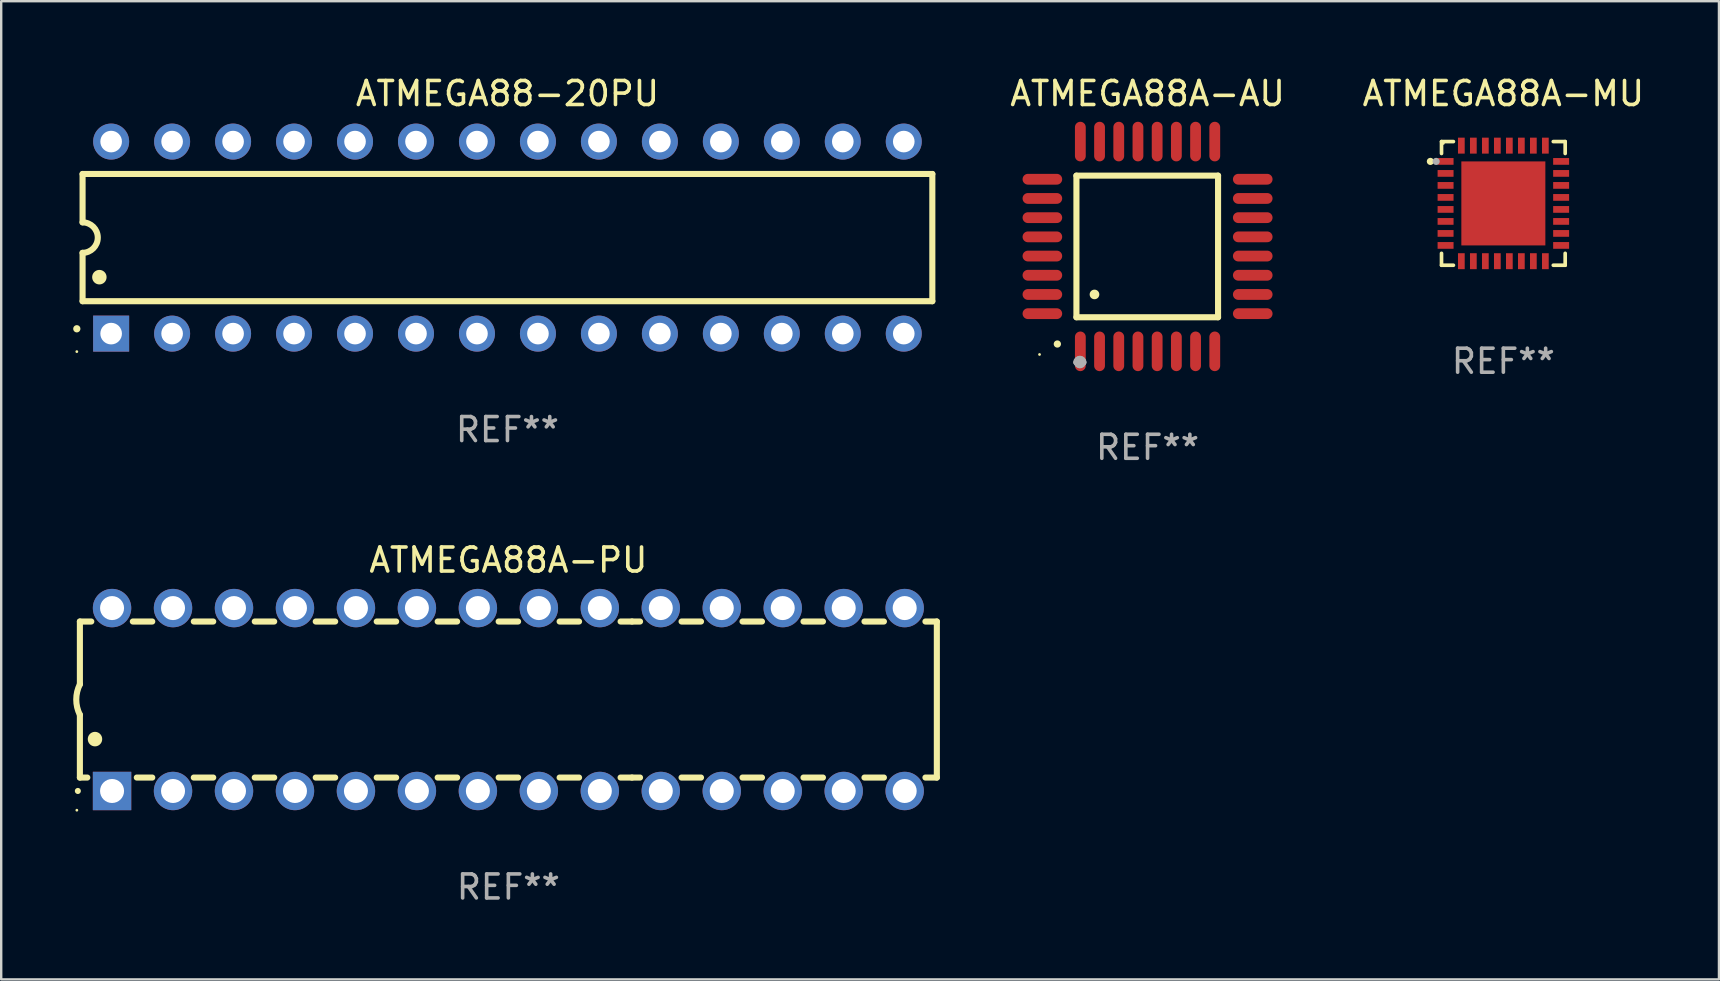
<source format=kicad_pcb>
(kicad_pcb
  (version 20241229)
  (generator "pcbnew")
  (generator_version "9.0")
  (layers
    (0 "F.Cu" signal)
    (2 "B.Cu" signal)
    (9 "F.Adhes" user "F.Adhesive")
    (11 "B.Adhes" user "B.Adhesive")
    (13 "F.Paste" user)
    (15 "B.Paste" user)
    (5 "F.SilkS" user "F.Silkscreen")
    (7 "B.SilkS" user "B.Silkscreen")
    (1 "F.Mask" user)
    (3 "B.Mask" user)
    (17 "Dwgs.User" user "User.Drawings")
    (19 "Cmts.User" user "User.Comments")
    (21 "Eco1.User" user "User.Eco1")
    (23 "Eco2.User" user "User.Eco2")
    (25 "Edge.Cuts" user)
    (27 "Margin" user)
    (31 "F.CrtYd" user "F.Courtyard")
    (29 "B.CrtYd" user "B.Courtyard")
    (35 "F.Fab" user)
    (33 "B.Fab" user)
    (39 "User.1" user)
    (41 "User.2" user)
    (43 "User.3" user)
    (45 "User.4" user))
  (footprint "ATMEGA88A-MU"
    (layer "F.Cu")
    (at 59.578 5.424)
    (property "Reference" "ATMEGA88A-MU" (at 0 -4.576 0) (layer "F.SilkS") (effects (font (size 1 1) (thickness 0.15))))
    (attr through_hole)
    (fp_line (start -2.576 -2.576) (end -2.576 -2.08) (stroke (width 0.152) (type solid)) (layer "F.SilkS"))
    (fp_line (start -2.576 2.576) (end -2.576 2.08) (stroke (width 0.152) (type solid)) (layer "F.SilkS"))
    (fp_line (start -2.08 -2.576) (end -2.576 -2.576) (stroke (width 0.152) (type solid)) (layer "F.SilkS"))
    (fp_line (start -2.08 2.576) (end -2.576 2.576) (stroke (width 0.152) (type solid)) (layer "F.SilkS"))
    (fp_line (start 2.08 -2.576) (end 2.576 -2.576) (stroke (width 0.152) (type solid)) (layer "F.SilkS"))
    (fp_line (start 2.08 2.576) (end 2.576 2.576) (stroke (width 0.152) (type solid)) (layer "F.SilkS"))
    (fp_line (start 2.576 -2.576) (end 2.576 -2.08) (stroke (width 0.152) (type solid)) (layer "F.SilkS"))
    (fp_line (start 2.576 2.576) (end 2.576 2.08) (stroke (width 0.152) (type solid)) (layer "F.SilkS"))
    (fp_circle (center -3.04 -1.75) (end -2.965 -1.75) (stroke (width 0.15) (type solid)) (fill no) (layer "F.SilkS"))
    (fp_circle (center -2.5 -2.5) (end -2.47 -2.5) (stroke (width 0.06) (type solid)) (fill no) (layer "F.SilkS"))
    (fp_circle (center -2.8 -1.75) (end -2.725 -1.75) (stroke (width 0.15) (type solid)) (fill no) (layer "F.Fab"))
    (fp_text user "REF**" (at 0 6.576 0) (layer "F.Fab") (effects (font (size 1 1) (thickness 0.15))))
    (pad "1" smd rect (at -2.407 -1.75) (size 0.665 0.28) (layers "F.Cu" "F.Mask" "F.Paste"))
    (pad "2" smd rect (at -2.407 -1.25) (size 0.665 0.28) (layers "F.Cu" "F.Mask" "F.Paste"))
    (pad "3" smd rect (at -2.407 -0.75) (size 0.665 0.28) (layers "F.Cu" "F.Mask" "F.Paste"))
    (pad "4" smd rect (at -2.407 -0.25) (size 0.665 0.28) (layers "F.Cu" "F.Mask" "F.Paste"))
    (pad "5" smd rect (at -2.407 0.25) (size 0.665 0.28) (layers "F.Cu" "F.Mask" "F.Paste"))
    (pad "6" smd rect (at -2.407 0.75) (size 0.665 0.28) (layers "F.Cu" "F.Mask" "F.Paste"))
    (pad "7" smd rect (at -2.407 1.25) (size 0.665 0.28) (layers "F.Cu" "F.Mask" "F.Paste"))
    (pad "8" smd rect (at -2.407 1.75) (size 0.665 0.28) (layers "F.Cu" "F.Mask" "F.Paste"))
    (pad "9" smd rect (at -1.75 2.407) (size 0.28 0.665) (layers "F.Cu" "F.Mask" "F.Paste"))
    (pad "10" smd rect (at -1.25 2.407) (size 0.28 0.665) (layers "F.Cu" "F.Mask" "F.Paste"))
    (pad "11" smd rect (at -0.75 2.407) (size 0.28 0.665) (layers "F.Cu" "F.Mask" "F.Paste"))
    (pad "12" smd rect (at -0.25 2.407) (size 0.28 0.665) (layers "F.Cu" "F.Mask" "F.Paste"))
    (pad "13" smd rect (at 0.25 2.407) (size 0.28 0.665) (layers "F.Cu" "F.Mask" "F.Paste"))
    (pad "14" smd rect (at 0.75 2.407) (size 0.28 0.665) (layers "F.Cu" "F.Mask" "F.Paste"))
    (pad "15" smd rect (at 1.25 2.407) (size 0.28 0.665) (layers "F.Cu" "F.Mask" "F.Paste"))
    (pad "16" smd rect (at 1.75 2.407) (size 0.28 0.665) (layers "F.Cu" "F.Mask" "F.Paste"))
    (pad "17" smd rect (at 2.407 1.75) (size 0.665 0.28) (layers "F.Cu" "F.Mask" "F.Paste"))
    (pad "18" smd rect (at 2.407 1.25) (size 0.665 0.28) (layers "F.Cu" "F.Mask" "F.Paste"))
    (pad "19" smd rect (at 2.407 0.75) (size 0.665 0.28) (layers "F.Cu" "F.Mask" "F.Paste"))
    (pad "20" smd rect (at 2.407 0.25) (size 0.665 0.28) (layers "F.Cu" "F.Mask" "F.Paste"))
    (pad "21" smd rect (at 2.407 -0.25) (size 0.665 0.28) (layers "F.Cu" "F.Mask" "F.Paste"))
    (pad "22" smd rect (at 2.407 -0.75) (size 0.665 0.28) (layers "F.Cu" "F.Mask" "F.Paste"))
    (pad "23" smd rect (at 2.407 -1.25) (size 0.665 0.28) (layers "F.Cu" "F.Mask" "F.Paste"))
    (pad "24" smd rect (at 2.407 -1.75) (size 0.665 0.28) (layers "F.Cu" "F.Mask" "F.Paste"))
    (pad "25" smd rect (at 1.75 -2.407) (size 0.28 0.665) (layers "F.Cu" "F.Mask" "F.Paste"))
    (pad "26" smd rect (at 1.25 -2.407) (size 0.28 0.665) (layers "F.Cu" "F.Mask" "F.Paste"))
    (pad "27" smd rect (at 0.75 -2.407) (size 0.28 0.665) (layers "F.Cu" "F.Mask" "F.Paste"))
    (pad "28" smd rect (at 0.25 -2.407) (size 0.28 0.665) (layers "F.Cu" "F.Mask" "F.Paste"))
    (pad "29" smd rect (at -0.25 -2.407) (size 0.28 0.665) (layers "F.Cu" "F.Mask" "F.Paste"))
    (pad "30" smd rect (at -0.75 -2.407) (size 0.28 0.665) (layers "F.Cu" "F.Mask" "F.Paste"))
    (pad "31" smd rect (at -1.25 -2.407) (size 0.28 0.665) (layers "F.Cu" "F.Mask" "F.Paste"))
    (pad "32" smd rect (at -1.75 -2.407) (size 0.28 0.665) (layers "F.Cu" "F.Mask" "F.Paste"))
    (pad "33" smd rect (at 0 0) (size 3.5 3.5) (layers "F.Cu" "F.Mask" "F.Paste")))
  (footprint "ATMEGA88-20PU"
    (layer "F.Cu")
    (at 18.09 6.848)
    (property "Reference" "ATMEGA88-20PU" (at 0 -6 0) (layer "F.SilkS") (effects (font (size 1 1) (thickness 0.15))))
    (attr through_hole)
    (fp_line (start -17.7 -2.65) (end 17.7 -2.65) (stroke (width 0.254) (type solid)) (layer "F.SilkS"))
    (fp_line (start -17.7 -0.635) (end -17.7 -2.65) (stroke (width 0.254) (type solid)) (layer "F.SilkS"))
    (fp_line (start -17.7 2.65) (end -17.7 0.635) (stroke (width 0.254) (type solid)) (layer "F.SilkS"))
    (fp_line (start 17.7 -2.65) (end 17.7 2.65) (stroke (width 0.254) (type solid)) (layer "F.SilkS"))
    (fp_line (start 17.7 2.65) (end -17.7 2.65) (stroke (width 0.254) (type solid)) (layer "F.SilkS"))
    (fp_arc (start -17.940056 3.799848) (mid -17.940061 3.798578) (end -17.940056 3.797308) (stroke (width 0.3) (type solid)) (layer "F.SilkS"))
    (fp_arc (start -17.701295 -0.635001) (mid -17.066294 0) (end -17.701295 0.635001) (stroke (width 0.254001) (type solid)) (layer "F.SilkS"))
    (fp_arc (start -17.000254 1.651003) (mid -17.000265 1.648463) (end -17.000254 1.645923) (stroke (width 0.6) (type solid)) (layer "F.SilkS"))
    (fp_circle (center -17.94 4.75) (end -17.91 4.75) (stroke (width 0.06) (type solid)) (fill no) (layer "F.SilkS"))
    (fp_text user "REF**" (at 0 8 0) (layer "F.Fab") (effects (font (size 1 1) (thickness 0.15))))
    (pad "1" thru_hole rect (at -16.51 4 90) (size 1.5 1.5) (drill 0.9) (layers "*.Cu" "*.Mask"))
    (pad "2" thru_hole circle (at -13.97 4) (size 1.5 1.5) (drill 0.9) (layers "*.Cu" "*.Mask"))
    (pad "3" thru_hole circle (at -11.43 4) (size 1.5 1.5) (drill 0.9) (layers "*.Cu" "*.Mask"))
    (pad "4" thru_hole circle (at -8.89 4) (size 1.5 1.5) (drill 0.9) (layers "*.Cu" "*.Mask"))
    (pad "5" thru_hole circle (at -6.35 4) (size 1.5 1.5) (drill 0.9) (layers "*.Cu" "*.Mask"))
    (pad "6" thru_hole circle (at -3.81 4) (size 1.5 1.5) (drill 0.9) (layers "*.Cu" "*.Mask"))
    (pad "7" thru_hole circle (at -1.27 4) (size 1.5 1.5) (drill 0.9) (layers "*.Cu" "*.Mask"))
    (pad "8" thru_hole circle (at 1.27 4) (size 1.5 1.5) (drill 0.9) (layers "*.Cu" "*.Mask"))
    (pad "9" thru_hole circle (at 3.81 4) (size 1.5 1.5) (drill 0.9) (layers "*.Cu" "*.Mask"))
    (pad "10" thru_hole circle (at 6.35 4) (size 1.5 1.5) (drill 0.9) (layers "*.Cu" "*.Mask"))
    (pad "11" thru_hole circle (at 8.89 4) (size 1.5 1.5) (drill 0.9) (layers "*.Cu" "*.Mask"))
    (pad "12" thru_hole circle (at 11.43 4) (size 1.5 1.5) (drill 0.9) (layers "*.Cu" "*.Mask"))
    (pad "13" thru_hole circle (at 13.97 4) (size 1.5 1.5) (drill 0.9) (layers "*.Cu" "*.Mask"))
    (pad "14" thru_hole circle (at 16.51 4) (size 1.5 1.5) (drill 0.9) (layers "*.Cu" "*.Mask"))
    (pad "15" thru_hole circle (at 16.51 -4) (size 1.5 1.5) (drill 0.9) (layers "*.Cu" "*.Mask"))
    (pad "16" thru_hole circle (at 13.97 -4) (size 1.5 1.5) (drill 0.9) (layers "*.Cu" "*.Mask"))
    (pad "17" thru_hole circle (at 11.43 -4) (size 1.5 1.5) (drill 0.9) (layers "*.Cu" "*.Mask"))
    (pad "18" thru_hole circle (at 8.89 -4) (size 1.5 1.5) (drill 0.9) (layers "*.Cu" "*.Mask"))
    (pad "19" thru_hole circle (at 6.35 -4) (size 1.5 1.5) (drill 0.9) (layers "*.Cu" "*.Mask"))
    (pad "20" thru_hole circle (at 3.81 -4) (size 1.5 1.5) (drill 0.9) (layers "*.Cu" "*.Mask"))
    (pad "21" thru_hole circle (at 1.27 -4) (size 1.5 1.5) (drill 0.9) (layers "*.Cu" "*.Mask"))
    (pad "22" thru_hole circle (at -1.27 -4) (size 1.5 1.5) (drill 0.9) (layers "*.Cu" "*.Mask"))
    (pad "23" thru_hole circle (at -3.81 -4) (size 1.5 1.5) (drill 0.9) (layers "*.Cu" "*.Mask"))
    (pad "24" thru_hole circle (at -6.35 -4) (size 1.5 1.5) (drill 0.9) (layers "*.Cu" "*.Mask"))
    (pad "25" thru_hole circle (at -8.89 -4) (size 1.5 1.5) (drill 0.9) (layers "*.Cu" "*.Mask"))
    (pad "26" thru_hole circle (at -11.43 -4) (size 1.5 1.5) (drill 0.9) (layers "*.Cu" "*.Mask"))
    (pad "27" thru_hole circle (at -13.97 -4) (size 1.5 1.5) (drill 0.9) (layers "*.Cu" "*.Mask"))
    (pad "28" thru_hole circle (at -16.51 -4) (size 1.5 1.5) (drill 0.9) (layers "*.Cu" "*.Mask")))
  (footprint "ATMEGA88A-PU"
    (layer "F.Cu")
    (at 18.128 26.092)
    (property "Reference" "ATMEGA88A-PU" (at 0 -5.81 0) (layer "F.SilkS") (effects (font (size 1 1) (thickness 0.15))))
    (attr through_hole)
    (fp_line (start -17.85 -3.25) (end -17.85 -0.635) (stroke (width 0.254) (type solid)) (layer "F.SilkS"))
    (fp_line (start -17.85 3.25) (end -17.85 0.635) (stroke (width 0.254) (type solid)) (layer "F.SilkS"))
    (fp_line (start -17.85 3.25) (end -17.541 3.25) (stroke (width 0.254) (type solid)) (layer "F.SilkS"))
    (fp_line (start -17.375 -3.25) (end -17.85 -3.25) (stroke (width 0.254) (type solid)) (layer "F.SilkS"))
    (fp_line (start -15.479 3.25) (end -14.835 3.25) (stroke (width 0.254) (type solid)) (layer "F.SilkS"))
    (fp_line (start -14.835 -3.25) (end -15.645 -3.25) (stroke (width 0.254) (type solid)) (layer "F.SilkS"))
    (fp_line (start -13.105 3.25) (end -12.295 3.25) (stroke (width 0.254) (type solid)) (layer "F.SilkS"))
    (fp_line (start -12.295 -3.25) (end -13.105 -3.25) (stroke (width 0.254) (type solid)) (layer "F.SilkS"))
    (fp_line (start -10.565 3.25) (end -9.755 3.25) (stroke (width 0.254) (type solid)) (layer "F.SilkS"))
    (fp_line (start -9.755 -3.25) (end -10.565 -3.25) (stroke (width 0.254) (type solid)) (layer "F.SilkS"))
    (fp_line (start -8.025 3.25) (end -7.215 3.25) (stroke (width 0.254) (type solid)) (layer "F.SilkS"))
    (fp_line (start -7.215 -3.25) (end -8.025 -3.25) (stroke (width 0.254) (type solid)) (layer "F.SilkS"))
    (fp_line (start -5.485 3.25) (end -4.675 3.25) (stroke (width 0.254) (type solid)) (layer "F.SilkS"))
    (fp_line (start -4.675 -3.25) (end -5.485 -3.25) (stroke (width 0.254) (type solid)) (layer "F.SilkS"))
    (fp_line (start -2.945 3.25) (end -2.135 3.25) (stroke (width 0.254) (type solid)) (layer "F.SilkS"))
    (fp_line (start -2.135 -3.25) (end -2.945 -3.25) (stroke (width 0.254) (type solid)) (layer "F.SilkS"))
    (fp_line (start -0.405 3.25) (end 0.405 3.25) (stroke (width 0.254) (type solid)) (layer "F.SilkS"))
    (fp_line (start 0.405 -3.25) (end -0.405 -3.25) (stroke (width 0.254) (type solid)) (layer "F.SilkS"))
    (fp_line (start 2.135 3.25) (end 2.945 3.25) (stroke (width 0.254) (type solid)) (layer "F.SilkS"))
    (fp_line (start 2.945 -3.25) (end 2.135 -3.25) (stroke (width 0.254) (type solid)) (layer "F.SilkS"))
    (fp_line (start 4.675 3.25) (end 5.15 3.25) (stroke (width 0.254) (type solid)) (layer "F.SilkS"))
    (fp_line (start 5.15 -3.25) (end 4.675 -3.25) (stroke (width 0.254) (type solid)) (layer "F.SilkS"))
    (fp_line (start 5.15 -3.25) (end 5.485 -3.25) (stroke (width 0.254) (type solid)) (layer "F.SilkS"))
    (fp_line (start 5.15 3.25) (end 5.485 3.25) (stroke (width 0.254) (type solid)) (layer "F.SilkS"))
    (fp_line (start 7.215 -3.25) (end 8.025 -3.25) (stroke (width 0.254) (type solid)) (layer "F.SilkS"))
    (fp_line (start 7.215 3.25) (end 8.025 3.25) (stroke (width 0.254) (type solid)) (layer "F.SilkS"))
    (fp_line (start 9.755 -3.25) (end 10.565 -3.25) (stroke (width 0.254) (type solid)) (layer "F.SilkS"))
    (fp_line (start 9.755 3.25) (end 10.565 3.25) (stroke (width 0.254) (type solid)) (layer "F.SilkS"))
    (fp_line (start 12.295 -3.25) (end 13.105 -3.25) (stroke (width 0.254) (type solid)) (layer "F.SilkS"))
    (fp_line (start 12.295 3.25) (end 13.105 3.25) (stroke (width 0.254) (type solid)) (layer "F.SilkS"))
    (fp_line (start 14.835 -3.25) (end 15.645 -3.25) (stroke (width 0.254) (type solid)) (layer "F.SilkS"))
    (fp_line (start 14.835 3.25) (end 15.645 3.25) (stroke (width 0.254) (type solid)) (layer "F.SilkS"))
    (fp_line (start 17.375 -3.25) (end 17.85 -3.25) (stroke (width 0.254) (type solid)) (layer "F.SilkS"))
    (fp_line (start 17.375 3.25) (end 17.85 3.25) (stroke (width 0.254) (type solid)) (layer "F.SilkS"))
    (fp_line (start 17.85 -3.25) (end 17.85 3.25) (stroke (width 0.254) (type solid)) (layer "F.SilkS"))
    (fp_arc (start -17.934976 3.810008) (mid -17.934983 3.808738) (end -17.934976 3.807468) (stroke (width 0.25) (type solid)) (layer "F.SilkS"))
    (fp_arc (start -17.851155 0.635002) (mid -18.000677 -0.000132) (end -17.850038 -0.635001) (stroke (width 0.254001) (type solid)) (layer "F.SilkS"))
    (fp_arc (start -17.221234 1.651003) (mid -17.221245 1.648463) (end -17.221234 1.645923) (stroke (width 0.6) (type solid)) (layer "F.SilkS"))
    (fp_circle (center -17.977 4.61) (end -17.947 4.61) (stroke (width 0.06) (type solid)) (fill no) (layer "F.SilkS"))
    (fp_text user "REF**" (at 0 7.81 0) (layer "F.Fab") (effects (font (size 1 1) (thickness 0.15))))
    (pad "1" thru_hole rect (at -16.51 3.81 90) (size 1.6 1.6) (drill 1) (layers "*.Cu" "*.Mask"))
    (pad "2" thru_hole circle (at -13.97 3.81 90) (size 1.6 1.6) (drill 1) (layers "*.Cu" "*.Mask"))
    (pad "3" thru_hole circle (at -11.43 3.81 90) (size 1.6 1.6) (drill 1) (layers "*.Cu" "*.Mask"))
    (pad "4" thru_hole circle (at -8.89 3.81 90) (size 1.6 1.6) (drill 1) (layers "*.Cu" "*.Mask"))
    (pad "5" thru_hole circle (at -6.35 3.81 90) (size 1.6 1.6) (drill 1) (layers "*.Cu" "*.Mask"))
    (pad "6" thru_hole circle (at -3.81 3.81 90) (size 1.6 1.6) (drill 1) (layers "*.Cu" "*.Mask"))
    (pad "7" thru_hole circle (at -1.27 3.81 90) (size 1.6 1.6) (drill 1) (layers "*.Cu" "*.Mask"))
    (pad "8" thru_hole circle (at 1.27 3.81 90) (size 1.6 1.6) (drill 1) (layers "*.Cu" "*.Mask"))
    (pad "9" thru_hole circle (at 3.81 3.81 90) (size 1.6 1.6) (drill 1) (layers "*.Cu" "*.Mask"))
    (pad "10" thru_hole circle (at 6.35 3.81 90) (size 1.6 1.6) (drill 1) (layers "*.Cu" "*.Mask"))
    (pad "11" thru_hole circle (at 8.89 3.81 90) (size 1.6 1.6) (drill 1) (layers "*.Cu" "*.Mask"))
    (pad "12" thru_hole circle (at 11.43 3.81 90) (size 1.6 1.6) (drill 1) (layers "*.Cu" "*.Mask"))
    (pad "13" thru_hole circle (at 13.97 3.81 90) (size 1.6 1.6) (drill 1) (layers "*.Cu" "*.Mask"))
    (pad "14" thru_hole circle (at 16.51 3.81 90) (size 1.6 1.6) (drill 1) (layers "*.Cu" "*.Mask"))
    (pad "15" thru_hole circle (at 16.51 -3.81 90) (size 1.6 1.6) (drill 1) (layers "*.Cu" "*.Mask"))
    (pad "16" thru_hole circle (at 13.97 -3.81 90) (size 1.6 1.6) (drill 1) (layers "*.Cu" "*.Mask"))
    (pad "17" thru_hole circle (at 11.43 -3.81 90) (size 1.6 1.6) (drill 1) (layers "*.Cu" "*.Mask"))
    (pad "18" thru_hole circle (at 8.89 -3.81 90) (size 1.6 1.6) (drill 1) (layers "*.Cu" "*.Mask"))
    (pad "19" thru_hole circle (at 6.35 -3.81 90) (size 1.6 1.6) (drill 1) (layers "*.Cu" "*.Mask"))
    (pad "20" thru_hole circle (at 3.81 -3.81 90) (size 1.6 1.6) (drill 1) (layers "*.Cu" "*.Mask"))
    (pad "21" thru_hole circle (at 1.27 -3.81 90) (size 1.6 1.6) (drill 1) (layers "*.Cu" "*.Mask"))
    (pad "22" thru_hole circle (at -1.27 -3.81 90) (size 1.6 1.6) (drill 1) (layers "*.Cu" "*.Mask"))
    (pad "23" thru_hole circle (at -3.81 -3.81 90) (size 1.6 1.6) (drill 1) (layers "*.Cu" "*.Mask"))
    (pad "24" thru_hole circle (at -6.35 -3.81 90) (size 1.6 1.6) (drill 1) (layers "*.Cu" "*.Mask"))
    (pad "25" thru_hole circle (at -8.89 -3.81 90) (size 1.6 1.6) (drill 1) (layers "*.Cu" "*.Mask"))
    (pad "26" thru_hole circle (at -11.43 -3.81 90) (size 1.6 1.6) (drill 1) (layers "*.Cu" "*.Mask"))
    (pad "27" thru_hole circle (at -13.97 -3.81 90) (size 1.6 1.6) (drill 1) (layers "*.Cu" "*.Mask"))
    (pad "28" thru_hole circle (at -16.51 -3.81 90) (size 1.6 1.6) (drill 1) (layers "*.Cu" "*.Mask")))
  (footprint "ATMEGA88A-AU"
    (layer "F.Cu")
    (at 44.756 7.217)
    (property "Reference" "ATMEGA88A-AU" (at 0 -6.369 0) (layer "F.SilkS") (effects (font (size 1 1) (thickness 0.15))))
    (attr through_hole)
    (fp_line (start -2.963 -2.95) (end -2.963 2.95) (stroke (width 0.254) (type solid)) (layer "F.SilkS"))
    (fp_line (start -2.963 2.95) (end 2.937 2.95) (stroke (width 0.254) (type solid)) (layer "F.SilkS"))
    (fp_line (start 2.937 -2.95) (end -2.963 -2.95) (stroke (width 0.254) (type solid)) (layer "F.SilkS"))
    (fp_line (start 2.937 2.95) (end 2.937 -2.95) (stroke (width 0.254) (type solid)) (layer "F.SilkS"))
    (fp_arc (start -3.759208 4.064008) (mid -3.757938 4.064003) (end -3.756668 4.064008) (stroke (width 0.3) (type solid)) (layer "F.SilkS"))
    (fp_arc (start -2.212344 1.998984) (mid -2.211074 1.99898) (end -2.209804 1.998984) (stroke (width 0.4) (type solid)) (layer "F.SilkS"))
    (fp_circle (center -4.5 4.5) (end -4.47 4.5) (stroke (width 0.06) (type solid)) (fill no) (layer "F.SilkS"))
    (fp_arc (start -2.967489 4.82601) (mid -2.819406 4.677927) (end -2.671323 4.82601) (stroke (width 0.254001) (type solid)) (layer "F.Fab"))
    (fp_arc (start -2.967488 4.82601) (mid -2.819406 4.791053) (end -2.671324 4.82601) (stroke (width 0.254001) (type solid)) (layer "F.Fab"))
    (fp_circle (center -2.819 4.826) (end -2.692 4.826) (stroke (width 0.254) (type solid)) (fill no) (layer "F.Fab"))
    (fp_text user "REF**" (at 0 8.369 0) (layer "F.Fab") (effects (font (size 1 1) (thickness 0.15))))
    (pad "1" smd oval (at -2.8 4.369) (size 0.45 1.65) (layers "F.Cu" "F.Mask" "F.Paste"))
    (pad "2" smd oval (at -2 4.369) (size 0.45 1.65) (layers "F.Cu" "F.Mask" "F.Paste"))
    (pad "3" smd oval (at -1.2 4.369) (size 0.45 1.65) (layers "F.Cu" "F.Mask" "F.Paste"))
    (pad "4" smd oval (at -0.4 4.369) (size 0.45 1.65) (layers "F.Cu" "F.Mask" "F.Paste"))
    (pad "5" smd oval (at 0.4 4.369) (size 0.45 1.65) (layers "F.Cu" "F.Mask" "F.Paste"))
    (pad "6" smd oval (at 1.2 4.369) (size 0.45 1.65) (layers "F.Cu" "F.Mask" "F.Paste"))
    (pad "7" smd oval (at 2 4.369) (size 0.45 1.65) (layers "F.Cu" "F.Mask" "F.Paste"))
    (pad "8" smd oval (at 2.8 4.369) (size 0.45 1.65) (layers "F.Cu" "F.Mask" "F.Paste"))
    (pad "9" smd oval (at 4.382 2.8) (size 1.65 0.45) (layers "F.Cu" "F.Mask" "F.Paste"))
    (pad "10" smd oval (at 4.382 2) (size 1.65 0.45) (layers "F.Cu" "F.Mask" "F.Paste"))
    (pad "11" smd oval (at 4.382 1.2) (size 1.65 0.45) (layers "F.Cu" "F.Mask" "F.Paste"))
    (pad "12" smd oval (at 4.382 0.4) (size 1.65 0.45) (layers "F.Cu" "F.Mask" "F.Paste"))
    (pad "13" smd oval (at 4.382 -0.4) (size 1.65 0.45) (layers "F.Cu" "F.Mask" "F.Paste"))
    (pad "14" smd oval (at 4.382 -1.2) (size 1.65 0.45) (layers "F.Cu" "F.Mask" "F.Paste"))
    (pad "15" smd oval (at 4.382 -2) (size 1.65 0.45) (layers "F.Cu" "F.Mask" "F.Paste"))
    (pad "16" smd oval (at 4.382 -2.8) (size 1.65 0.45) (layers "F.Cu" "F.Mask" "F.Paste"))
    (pad "17" smd oval (at 2.8 -4.369) (size 0.45 1.65) (layers "F.Cu" "F.Mask" "F.Paste"))
    (pad "18" smd oval (at 2 -4.369) (size 0.45 1.65) (layers "F.Cu" "F.Mask" "F.Paste"))
    (pad "19" smd oval (at 1.2 -4.369) (size 0.45 1.65) (layers "F.Cu" "F.Mask" "F.Paste"))
    (pad "20" smd oval (at 0.4 -4.369) (size 0.45 1.65) (layers "F.Cu" "F.Mask" "F.Paste"))
    (pad "21" smd oval (at -0.4 -4.369) (size 0.45 1.65) (layers "F.Cu" "F.Mask" "F.Paste"))
    (pad "22" smd oval (at -1.2 -4.369) (size 0.45 1.65) (layers "F.Cu" "F.Mask" "F.Paste"))
    (pad "23" smd oval (at -2 -4.369) (size 0.45 1.65) (layers "F.Cu" "F.Mask" "F.Paste"))
    (pad "24" smd oval (at -2.8 -4.369) (size 0.45 1.65) (layers "F.Cu" "F.Mask" "F.Paste"))
    (pad "25" smd oval (at -4.382 -2.8) (size 1.65 0.45) (layers "F.Cu" "F.Mask" "F.Paste"))
    (pad "26" smd oval (at -4.382 -2) (size 1.65 0.45) (layers "F.Cu" "F.Mask" "F.Paste"))
    (pad "27" smd oval (at -4.382 -1.2) (size 1.65 0.45) (layers "F.Cu" "F.Mask" "F.Paste"))
    (pad "28" smd oval (at -4.382 -0.4) (size 1.65 0.45) (layers "F.Cu" "F.Mask" "F.Paste"))
    (pad "29" smd oval (at -4.382 0.4) (size 1.65 0.45) (layers "F.Cu" "F.Mask" "F.Paste"))
    (pad "30" smd oval (at -4.382 1.2) (size 1.65 0.45) (layers "F.Cu" "F.Mask" "F.Paste"))
    (pad "31" smd oval (at -4.382 2) (size 1.65 0.45) (layers "F.Cu" "F.Mask" "F.Paste"))
    (pad "32" smd oval (at -4.382 2.8) (size 1.65 0.45) (layers "F.Cu" "F.Mask" "F.Paste")))
  (gr_rect
    (start -3 -3)
    (end 68.56 37.751)
    (stroke (width 0.1) (type default))
    (fill no)
    (layer "Edge.Cuts")))
</source>
